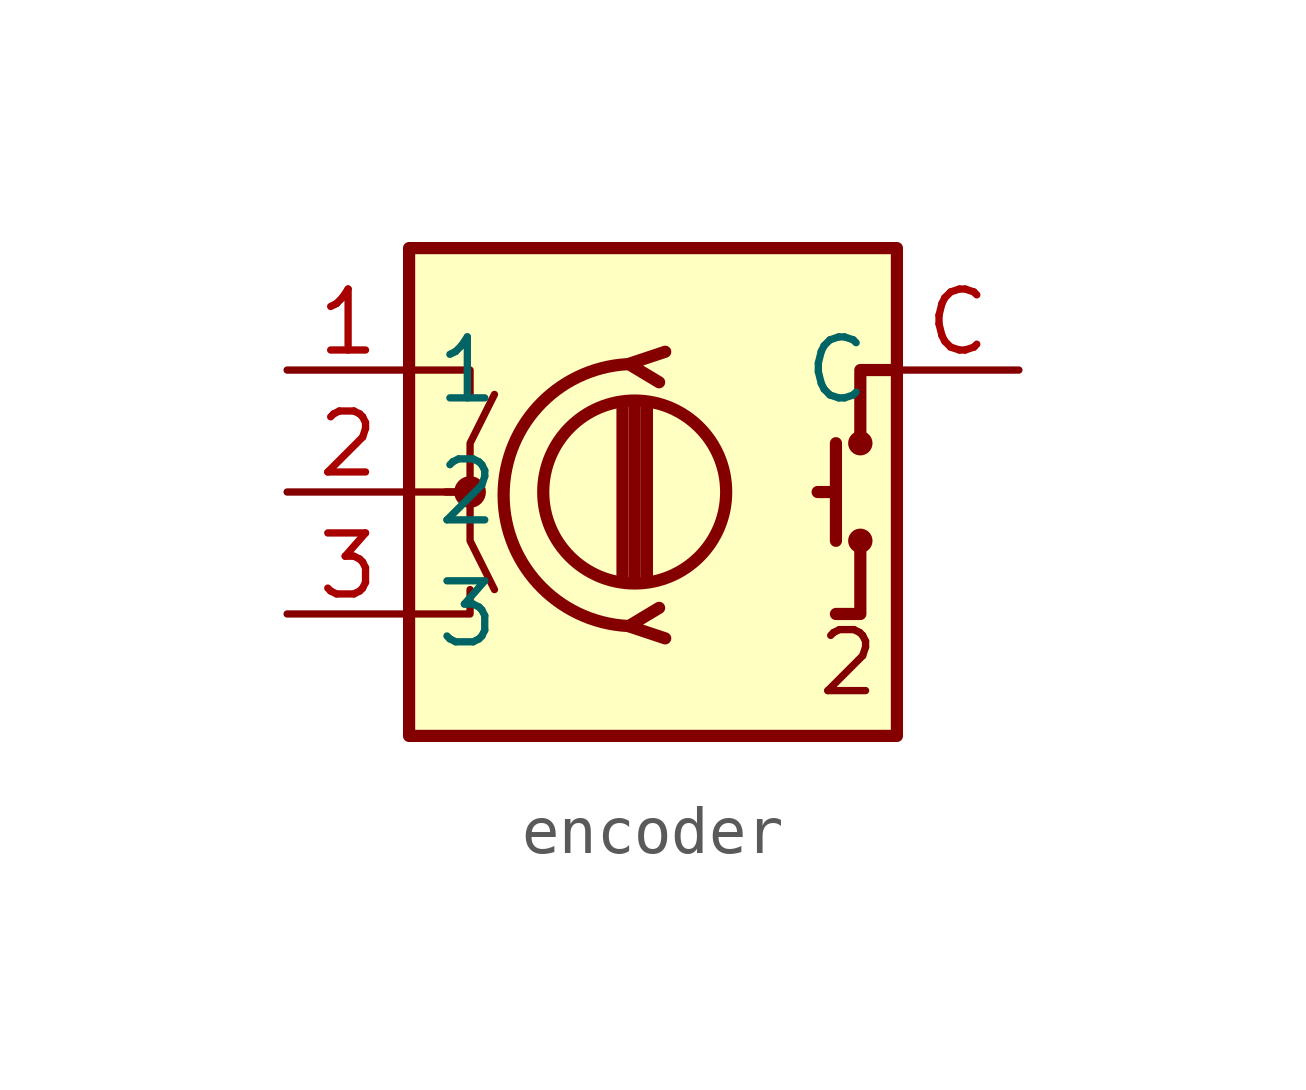
<source format=kicad_sym>
(kicad_symbol_lib
  (version 20241209)
  (generator "kicad_symbol_editor")
  (generator_version "9.0")
  (symbol "encoder"
    (property "Reference" "U"
      (at 0 0 0)
      (effects (font (size 1.27 1.27)) (hide yes)))
    (property "Value" ""
      (at 0 0 0)
      (effects (font (size 1.27 1.27))))
    (symbol "encoder_0_1"
      (rectangle (start -5.08 5.08) (end 5.08 -5.08) (stroke (width 0.254) (type default)) (fill (type background)))
      (polyline (pts (xy -5.08 2.54) (xy -3.81 2.54) (xy -3.81 2.032)) (stroke (width 0) (type default)) (fill (type none)))
      (polyline (pts (xy -5.08 0) (xy -3.81 0) (xy -3.81 -1.016) (xy -3.302 -2.032)) (stroke (width 0) (type default)) (fill (type none)))
      (polyline (pts (xy -5.08 -2.54) (xy -3.81 -2.54) (xy -3.81 -2.032)) (stroke (width 0) (type default)) (fill (type none)))
      (polyline (pts (xy -4.318 0) (xy -3.81 0) (xy -3.81 1.016) (xy -3.302 2.032)) (stroke (width 0) (type default)) (fill (type none)))
      (circle (center -3.81 0) (radius 0.254) (stroke (width 0) (type default)) (fill (type outline)))
      (polyline (pts (xy -0.635 -1.778) (xy -0.635 1.778)) (stroke (width 0.254) (type default)) (fill (type none)))
      (circle (center -0.381 0) (radius 1.905) (stroke (width 0.254) (type default)) (fill (type none)))
      (polyline (pts (xy -0.381 -1.778) (xy -0.381 1.778)) (stroke (width 0.254) (type default)) (fill (type none)))
      (arc (start -0.381 -2.794) (mid -3.0988 -0.0635) (end -0.381 2.667) (stroke (width 0.254) (type default)) (fill (type none)))
      (polyline (pts (xy -0.127 1.778) (xy -0.127 -1.778)) (stroke (width 0.254) (type default)) (fill (type none)))
      (polyline (pts (xy 0.254 2.921) (xy -0.508 2.667) (xy 0.127 2.286)) (stroke (width 0.254) (type default)) (fill (type none)))
      (polyline (pts (xy 0.254 -3.048) (xy -0.508 -2.794) (xy 0.127 -2.413)) (stroke (width 0.254) (type default)) (fill (type none)))
      (polyline (pts (xy 3.81 1.016) (xy 3.81 -1.016)) (stroke (width 0.254) (type default)) (fill (type none)))
      (polyline (pts (xy 3.81 0) (xy 3.429 0)) (stroke (width 0.254) (type default)) (fill (type none)))
      (polyline (pts (xy 3.81 -2.54) (xy 4.318 -2.54) (xy 4.318 -1.016)) (stroke (width 0.254) (type default)) (fill (type none)))
      (circle (center 4.318 1.016) (radius 0.127) (stroke (width 0.254) (type default)) (fill (type none)))
      (circle (center 4.318 -1.016) (radius 0.127) (stroke (width 0.254) (type default)) (fill (type none)))
      (polyline (pts (xy 5.08 2.54) (xy 4.318 2.54) (xy 4.318 1.016)) (stroke (width 0.254) (type default)) (fill (type none))))
    (symbol "encoder_1_1"
      (text "2\n" (at 4.064 -3.556 0) (effects (font (size 1.27 1.27))))
      (pin passive line (at -7.62 2.54 0) (length 2.54) (name "1" (effects (font (size 1.27 1.27)))) (number "1" (effects (font (size 1.27 1.27)))))
      (pin passive line (at -7.62 0 0) (length 2.54) (name "2" (effects (font (size 1.27 1.27)))) (number "2" (effects (font (size 1.27 1.27)))))
      (pin passive line (at -7.62 -2.54 0) (length 2.54) (name "3" (effects (font (size 1.27 1.27)))) (number "3" (effects (font (size 1.27 1.27)))))
      (pin passive line (at 7.62 2.54 180) (length 2.54) (name "C" (effects (font (size 1.27 1.27)))) (number "C" (effects (font (size 1.27 1.27))))))))
</source>
